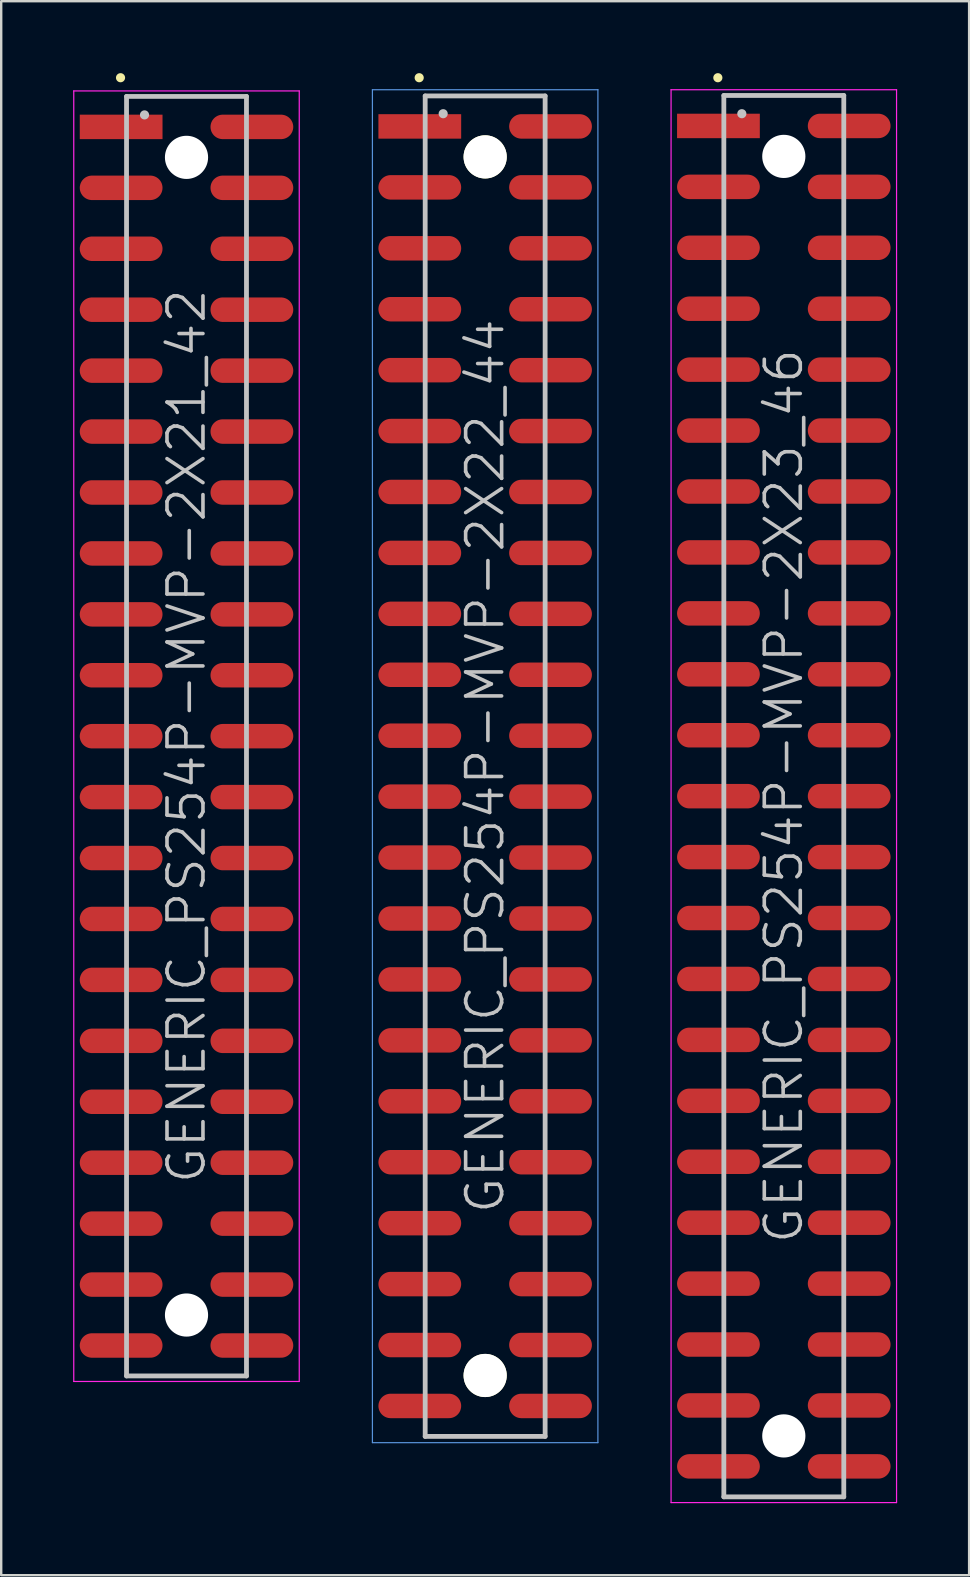
<source format=kicad_pcb>
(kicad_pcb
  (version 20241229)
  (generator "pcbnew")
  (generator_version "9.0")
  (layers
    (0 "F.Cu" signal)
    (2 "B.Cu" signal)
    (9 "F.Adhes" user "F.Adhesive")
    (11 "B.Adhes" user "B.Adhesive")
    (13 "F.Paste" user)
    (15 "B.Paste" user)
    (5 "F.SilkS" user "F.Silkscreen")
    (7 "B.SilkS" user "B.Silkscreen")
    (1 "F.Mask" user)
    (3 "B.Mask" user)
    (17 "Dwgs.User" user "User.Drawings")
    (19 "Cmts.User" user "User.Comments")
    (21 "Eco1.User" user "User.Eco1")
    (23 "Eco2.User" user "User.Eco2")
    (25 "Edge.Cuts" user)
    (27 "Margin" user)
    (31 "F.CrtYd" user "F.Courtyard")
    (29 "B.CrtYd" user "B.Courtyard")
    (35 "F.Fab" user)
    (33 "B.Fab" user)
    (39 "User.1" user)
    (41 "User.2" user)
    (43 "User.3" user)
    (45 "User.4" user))
  (footprint "GENERIC_PS254P-MVP-2X22_44"
    (layer "F.Cu")
    (at 17.175 28.89)
    (property "Reference" "GENERIC_PS254P-MVP-2X22_44" (at 0 0 90) (layer "Dwgs.User") (effects (font (size 1.5 1.5) (thickness 0.15))))
    (attr smd)
    (fp_line (start -2.75 -28.7) (end -2.75 -28.7) (stroke (width 0.381) (type solid)) (layer "F.SilkS"))
    (fp_line (start -2.5 -27.94) (end -2.5 27.94) (stroke (width 0.2) (type solid)) (layer "Dwgs.User"))
    (fp_line (start -2.5 -27.94) (end 2.5 -27.94) (stroke (width 0.2) (type solid)) (layer "Dwgs.User"))
    (fp_line (start -2.5 27.94) (end 2.5 27.94) (stroke (width 0.2) (type solid)) (layer "Dwgs.User"))
    (fp_line (start -1.75 -27.2) (end -1.75 -27.2) (stroke (width 0.381) (type solid)) (layer "Dwgs.User"))
    (fp_line (start 2.5 -27.94) (end 2.5 27.94) (stroke (width 0.2) (type solid)) (layer "Dwgs.User"))
    (fp_line (start -4.7 -28.2) (end -4.7 28.2) (stroke (width 0.05) (type solid)) (layer "Cmts.User"))
    (fp_line (start -4.7 -28.2) (end 4.7 -28.2) (stroke (width 0.05) (type solid)) (layer "Cmts.User"))
    (fp_line (start -4.7 28.2) (end 4.7 28.2) (stroke (width 0.05) (type solid)) (layer "Cmts.User"))
    (fp_line (start 4.7 -28.2) (end 4.7 28.2) (stroke (width 0.05) (type solid)) (layer "Cmts.User"))
    (pad "" np_thru_hole circle (at 0 -25.4 270) (size 1.8 1.8) (drill 1.8) (layers "*.Cu" "*.Mask" "F.SilkS"))
    (pad "" np_thru_hole circle (at 0 25.4 270) (size 1.8 1.8) (drill 1.8) (layers "*.Cu" "*.Mask" "F.SilkS"))
    (pad "1" smd rect (at -2.725 -26.67 270) (size 1.02 3.45) (layers "F.Cu" "F.Mask" "F.Paste"))
    (pad "2" smd oval (at 2.725 -26.67 270) (size 1.02 3.45) (layers "F.Cu" "F.Mask" "F.Paste"))
    (pad "3" smd oval (at -2.725 -24.13 270) (size 1.02 3.45) (layers "F.Cu" "F.Mask" "F.Paste"))
    (pad "4" smd oval (at 2.725 -24.13 270) (size 1.02 3.45) (layers "F.Cu" "F.Mask" "F.Paste"))
    (pad "5" smd oval (at -2.725 -21.59 270) (size 1.02 3.45) (layers "F.Cu" "F.Mask" "F.Paste"))
    (pad "6" smd oval (at 2.725 -21.59 270) (size 1.02 3.45) (layers "F.Cu" "F.Mask" "F.Paste"))
    (pad "7" smd oval (at -2.725 -19.05 270) (size 1.02 3.45) (layers "F.Cu" "F.Mask" "F.Paste"))
    (pad "8" smd oval (at 2.725 -19.05 270) (size 1.02 3.45) (layers "F.Cu" "F.Mask" "F.Paste"))
    (pad "9" smd oval (at -2.725 -16.51 270) (size 1.02 3.45) (layers "F.Cu" "F.Mask" "F.Paste"))
    (pad "10" smd oval (at 2.725 -16.51 270) (size 1.02 3.45) (layers "F.Cu" "F.Mask" "F.Paste"))
    (pad "11" smd oval (at -2.725 -13.97 270) (size 1.02 3.45) (layers "F.Cu" "F.Mask" "F.Paste"))
    (pad "12" smd oval (at 2.725 -13.97 270) (size 1.02 3.45) (layers "F.Cu" "F.Mask" "F.Paste"))
    (pad "13" smd oval (at -2.725 -11.43 270) (size 1.02 3.45) (layers "F.Cu" "F.Mask" "F.Paste"))
    (pad "14" smd oval (at 2.725 -11.43 270) (size 1.02 3.45) (layers "F.Cu" "F.Mask" "F.Paste"))
    (pad "15" smd oval (at -2.725 -8.89 270) (size 1.02 3.45) (layers "F.Cu" "F.Mask" "F.Paste"))
    (pad "16" smd oval (at 2.725 -8.89 270) (size 1.02 3.45) (layers "F.Cu" "F.Mask" "F.Paste"))
    (pad "17" smd oval (at -2.725 -6.35 270) (size 1.02 3.45) (layers "F.Cu" "F.Mask" "F.Paste"))
    (pad "18" smd oval (at 2.725 -6.35 270) (size 1.02 3.45) (layers "F.Cu" "F.Mask" "F.Paste"))
    (pad "19" smd oval (at -2.725 -3.81 270) (size 1.02 3.45) (layers "F.Cu" "F.Mask" "F.Paste"))
    (pad "20" smd oval (at 2.725 -3.81 270) (size 1.02 3.45) (layers "F.Cu" "F.Mask" "F.Paste"))
    (pad "21" smd oval (at -2.725 -1.27 270) (size 1.02 3.45) (layers "F.Cu" "F.Mask" "F.Paste"))
    (pad "22" smd oval (at 2.725 -1.27 270) (size 1.02 3.45) (layers "F.Cu" "F.Mask" "F.Paste"))
    (pad "23" smd oval (at -2.725 1.27 270) (size 1.02 3.45) (layers "F.Cu" "F.Mask" "F.Paste"))
    (pad "24" smd oval (at 2.725 1.27 270) (size 1.02 3.45) (layers "F.Cu" "F.Mask" "F.Paste"))
    (pad "25" smd oval (at -2.725 3.81 270) (size 1.02 3.45) (layers "F.Cu" "F.Mask" "F.Paste"))
    (pad "26" smd oval (at 2.725 3.81 270) (size 1.02 3.45) (layers "F.Cu" "F.Mask" "F.Paste"))
    (pad "27" smd oval (at -2.725 6.35 270) (size 1.02 3.45) (layers "F.Cu" "F.Mask" "F.Paste"))
    (pad "28" smd oval (at 2.725 6.35 270) (size 1.02 3.45) (layers "F.Cu" "F.Mask" "F.Paste"))
    (pad "29" smd oval (at -2.725 8.89 270) (size 1.02 3.45) (layers "F.Cu" "F.Mask" "F.Paste"))
    (pad "30" smd oval (at 2.725 8.89 270) (size 1.02 3.45) (layers "F.Cu" "F.Mask" "F.Paste"))
    (pad "31" smd oval (at -2.725 11.43 270) (size 1.02 3.45) (layers "F.Cu" "F.Mask" "F.Paste"))
    (pad "32" smd oval (at 2.725 11.43 270) (size 1.02 3.45) (layers "F.Cu" "F.Mask" "F.Paste"))
    (pad "33" smd oval (at -2.725 13.97 270) (size 1.02 3.45) (layers "F.Cu" "F.Mask" "F.Paste"))
    (pad "34" smd oval (at 2.725 13.97 270) (size 1.02 3.45) (layers "F.Cu" "F.Mask" "F.Paste"))
    (pad "35" smd oval (at -2.725 16.51 270) (size 1.02 3.45) (layers "F.Cu" "F.Mask" "F.Paste"))
    (pad "36" smd oval (at 2.725 16.51 270) (size 1.02 3.45) (layers "F.Cu" "F.Mask" "F.Paste"))
    (pad "37" smd oval (at -2.725 19.05 270) (size 1.02 3.45) (layers "F.Cu" "F.Mask" "F.Paste"))
    (pad "38" smd oval (at 2.725 19.05 270) (size 1.02 3.45) (layers "F.Cu" "F.Mask" "F.Paste"))
    (pad "39" smd oval (at -2.725 21.59 270) (size 1.02 3.45) (layers "F.Cu" "F.Mask" "F.Paste"))
    (pad "40" smd oval (at 2.725 21.59 270) (size 1.02 3.45) (layers "F.Cu" "F.Mask" "F.Paste"))
    (pad "41" smd oval (at -2.725 24.13 270) (size 1.02 3.45) (layers "F.Cu" "F.Mask" "F.Paste"))
    (pad "42" smd oval (at 2.725 24.13 270) (size 1.02 3.45) (layers "F.Cu" "F.Mask" "F.Paste"))
    (pad "43" smd oval (at -2.725 26.67 270) (size 1.02 3.45) (layers "F.Cu" "F.Mask" "F.Paste"))
    (pad "44" smd oval (at 2.725 26.67 270) (size 1.02 3.45) (layers "F.Cu" "F.Mask" "F.Paste")))
  (footprint "GENERIC_PS254P-MVP-2X21_42"
    (layer "F.Cu")
    (at 4.725 27.64)
    (property "Reference" "GENERIC_PS254P-MVP-2X21_42" (at 0 0 90) (layer "Dwgs.User") (effects (font (size 1.5 1.5) (thickness 0.15))))
    (attr smd)
    (fp_line (start -2.75 -27.45) (end -2.75 -27.45) (stroke (width 0.381) (type solid)) (layer "F.SilkS"))
    (fp_line (start -2.5 -26.67) (end -2.5 26.67) (stroke (width 0.2) (type solid)) (layer "Dwgs.User"))
    (fp_line (start -2.5 -26.67) (end 2.5 -26.67) (stroke (width 0.2) (type solid)) (layer "Dwgs.User"))
    (fp_line (start -2.5 26.67) (end 2.5 26.67) (stroke (width 0.2) (type solid)) (layer "Dwgs.User"))
    (fp_line (start -1.75 -25.9) (end -1.75 -25.9) (stroke (width 0.381) (type solid)) (layer "Dwgs.User"))
    (fp_line (start 2.5 -26.67) (end 2.5 26.67) (stroke (width 0.2) (type solid)) (layer "Dwgs.User"))
    (fp_line (start -4.7 -26.9) (end -4.7 26.9) (stroke (width 0.05) (type solid)) (layer "F.CrtYd"))
    (fp_line (start -4.7 -26.9) (end 4.7 -26.9) (stroke (width 0.05) (type solid)) (layer "F.CrtYd"))
    (fp_line (start -4.7 26.9) (end 4.7 26.9) (stroke (width 0.05) (type solid)) (layer "F.CrtYd"))
    (fp_line (start 4.7 -26.9) (end 4.7 26.9) (stroke (width 0.05) (type solid)) (layer "F.CrtYd"))
    (pad "" np_thru_hole circle (at 0 -24.13 270) (size 1.8 1.8) (drill 1.8) (layers "*.Cu" "*.Mask"))
    (pad "" np_thru_hole circle (at 0 24.13 270) (size 1.8 1.8) (drill 1.8) (layers "*.Cu" "*.Mask"))
    (pad "1" smd rect (at -2.725 -25.4 270) (size 1.02 3.45) (layers "F.Cu" "F.Mask" "F.Paste"))
    (pad "2" smd oval (at 2.725 -25.4 270) (size 1.02 3.45) (layers "F.Cu" "F.Mask" "F.Paste"))
    (pad "3" smd oval (at -2.725 -22.86 270) (size 1.02 3.45) (layers "F.Cu" "F.Mask" "F.Paste"))
    (pad "4" smd oval (at 2.725 -22.86 270) (size 1.02 3.45) (layers "F.Cu" "F.Mask" "F.Paste"))
    (pad "5" smd oval (at -2.725 -20.32 270) (size 1.02 3.45) (layers "F.Cu" "F.Mask" "F.Paste"))
    (pad "6" smd oval (at 2.725 -20.32 270) (size 1.02 3.45) (layers "F.Cu" "F.Mask" "F.Paste"))
    (pad "7" smd oval (at -2.725 -17.78 270) (size 1.02 3.45) (layers "F.Cu" "F.Mask" "F.Paste"))
    (pad "8" smd oval (at 2.725 -17.78 270) (size 1.02 3.45) (layers "F.Cu" "F.Mask" "F.Paste"))
    (pad "9" smd oval (at -2.725 -15.24 270) (size 1.02 3.45) (layers "F.Cu" "F.Mask" "F.Paste"))
    (pad "10" smd oval (at 2.725 -15.24 270) (size 1.02 3.45) (layers "F.Cu" "F.Mask" "F.Paste"))
    (pad "11" smd oval (at -2.725 -12.7 270) (size 1.02 3.45) (layers "F.Cu" "F.Mask" "F.Paste"))
    (pad "12" smd oval (at 2.725 -12.7 270) (size 1.02 3.45) (layers "F.Cu" "F.Mask" "F.Paste"))
    (pad "13" smd oval (at -2.725 -10.16 270) (size 1.02 3.45) (layers "F.Cu" "F.Mask" "F.Paste"))
    (pad "14" smd oval (at 2.725 -10.16 270) (size 1.02 3.45) (layers "F.Cu" "F.Mask" "F.Paste"))
    (pad "15" smd oval (at -2.725 -7.62 270) (size 1.02 3.45) (layers "F.Cu" "F.Mask" "F.Paste"))
    (pad "16" smd oval (at 2.725 -7.62 270) (size 1.02 3.45) (layers "F.Cu" "F.Mask" "F.Paste"))
    (pad "17" smd oval (at -2.725 -5.08 270) (size 1.02 3.45) (layers "F.Cu" "F.Mask" "F.Paste"))
    (pad "18" smd oval (at 2.725 -5.08 270) (size 1.02 3.45) (layers "F.Cu" "F.Mask" "F.Paste"))
    (pad "19" smd oval (at -2.725 -2.54 270) (size 1.02 3.45) (layers "F.Cu" "F.Mask" "F.Paste"))
    (pad "20" smd oval (at 2.725 -2.54 270) (size 1.02 3.45) (layers "F.Cu" "F.Mask" "F.Paste"))
    (pad "21" smd oval (at -2.725 0 270) (size 1.02 3.45) (layers "F.Cu" "F.Mask" "F.Paste"))
    (pad "22" smd oval (at 2.725 0 270) (size 1.02 3.45) (layers "F.Cu" "F.Mask" "F.Paste"))
    (pad "23" smd oval (at -2.725 2.54 270) (size 1.02 3.45) (layers "F.Cu" "F.Mask" "F.Paste"))
    (pad "24" smd oval (at 2.725 2.54 270) (size 1.02 3.45) (layers "F.Cu" "F.Mask" "F.Paste"))
    (pad "25" smd oval (at -2.725 5.08 270) (size 1.02 3.45) (layers "F.Cu" "F.Mask" "F.Paste"))
    (pad "26" smd oval (at 2.725 5.08 270) (size 1.02 3.45) (layers "F.Cu" "F.Mask" "F.Paste"))
    (pad "27" smd oval (at -2.725 7.62 270) (size 1.02 3.45) (layers "F.Cu" "F.Mask" "F.Paste"))
    (pad "28" smd oval (at 2.725 7.62 270) (size 1.02 3.45) (layers "F.Cu" "F.Mask" "F.Paste"))
    (pad "29" smd oval (at -2.725 10.16 270) (size 1.02 3.45) (layers "F.Cu" "F.Mask" "F.Paste"))
    (pad "30" smd oval (at 2.725 10.16 270) (size 1.02 3.45) (layers "F.Cu" "F.Mask" "F.Paste"))
    (pad "31" smd oval (at -2.725 12.7 270) (size 1.02 3.45) (layers "F.Cu" "F.Mask" "F.Paste"))
    (pad "32" smd oval (at 2.725 12.7 270) (size 1.02 3.45) (layers "F.Cu" "F.Mask" "F.Paste"))
    (pad "33" smd oval (at -2.725 15.24 270) (size 1.02 3.45) (layers "F.Cu" "F.Mask" "F.Paste"))
    (pad "34" smd oval (at 2.725 15.24 270) (size 1.02 3.45) (layers "F.Cu" "F.Mask" "F.Paste"))
    (pad "35" smd oval (at -2.725 17.78 270) (size 1.02 3.45) (layers "F.Cu" "F.Mask" "F.Paste"))
    (pad "36" smd oval (at 2.725 17.78 270) (size 1.02 3.45) (layers "F.Cu" "F.Mask" "F.Paste"))
    (pad "37" smd oval (at -2.725 20.32 270) (size 1.02 3.45) (layers "F.Cu" "F.Mask" "F.Paste"))
    (pad "38" smd oval (at 2.725 20.32 270) (size 1.02 3.45) (layers "F.Cu" "F.Mask" "F.Paste"))
    (pad "39" smd oval (at -2.725 22.86 270) (size 1.02 3.45) (layers "F.Cu" "F.Mask" "F.Paste"))
    (pad "40" smd oval (at 2.725 22.86 270) (size 1.02 3.45) (layers "F.Cu" "F.Mask" "F.Paste"))
    (pad "41" smd oval (at -2.725 25.4 270) (size 1.02 3.45) (layers "F.Cu" "F.Mask" "F.Paste"))
    (pad "42" smd oval (at 2.725 25.4 270) (size 1.02 3.45) (layers "F.Cu" "F.Mask" "F.Paste")))
  (footprint "GENERIC_PS254P-MVP-2X23_46"
    (layer "F.Cu")
    (at 29.625 30.14)
    (property "Reference" "GENERIC_PS254P-MVP-2X23_46" (at 0 0 90) (layer "Dwgs.User") (effects (font (size 1.5 1.5) (thickness 0.15))))
    (attr smd)
    (fp_line (start -2.75 -29.95) (end -2.75 -29.95) (stroke (width 0.381) (type solid)) (layer "F.SilkS"))
    (fp_line (start -2.5 -29.21) (end -2.5 29.21) (stroke (width 0.2) (type solid)) (layer "Dwgs.User"))
    (fp_line (start -2.5 -29.21) (end 2.5 -29.21) (stroke (width 0.2) (type solid)) (layer "Dwgs.User"))
    (fp_line (start -2.5 29.21) (end 2.5 29.21) (stroke (width 0.2) (type solid)) (layer "Dwgs.User"))
    (fp_line (start -1.75 -28.45) (end -1.75 -28.45) (stroke (width 0.381) (type solid)) (layer "Dwgs.User"))
    (fp_line (start 2.5 -29.21) (end 2.5 29.21) (stroke (width 0.2) (type solid)) (layer "Dwgs.User"))
    (fp_line (start -4.7 -29.45) (end -4.7 29.45) (stroke (width 0.05) (type solid)) (layer "F.CrtYd"))
    (fp_line (start -4.7 -29.45) (end 4.7 -29.45) (stroke (width 0.05) (type solid)) (layer "F.CrtYd"))
    (fp_line (start -4.7 29.45) (end 4.7 29.45) (stroke (width 0.05) (type solid)) (layer "F.CrtYd"))
    (fp_line (start 4.7 -29.45) (end 4.7 29.45) (stroke (width 0.05) (type solid)) (layer "F.CrtYd"))
    (pad "" np_thru_hole circle (at 0 -26.67 270) (size 1.8 1.8) (drill 1.8) (layers "*.Cu" "*.Mask"))
    (pad "" np_thru_hole circle (at 0 26.67 270) (size 1.8 1.8) (drill 1.8) (layers "*.Cu" "*.Mask"))
    (pad "1" smd rect (at -2.725 -27.94 270) (size 1.02 3.45) (layers "F.Cu" "F.Mask" "F.Paste"))
    (pad "2" smd oval (at 2.725 -27.94 270) (size 1.02 3.45) (layers "F.Cu" "F.Mask" "F.Paste"))
    (pad "3" smd oval (at -2.725 -25.4 270) (size 1.02 3.45) (layers "F.Cu" "F.Mask" "F.Paste"))
    (pad "4" smd oval (at 2.725 -25.4 270) (size 1.02 3.45) (layers "F.Cu" "F.Mask" "F.Paste"))
    (pad "5" smd oval (at -2.725 -22.86 270) (size 1.02 3.45) (layers "F.Cu" "F.Mask" "F.Paste"))
    (pad "6" smd oval (at 2.725 -22.86 270) (size 1.02 3.45) (layers "F.Cu" "F.Mask" "F.Paste"))
    (pad "7" smd oval (at -2.725 -20.32 270) (size 1.02 3.45) (layers "F.Cu" "F.Mask" "F.Paste"))
    (pad "8" smd oval (at 2.725 -20.32 270) (size 1.02 3.45) (layers "F.Cu" "F.Mask" "F.Paste"))
    (pad "9" smd oval (at -2.725 -17.78 270) (size 1.02 3.45) (layers "F.Cu" "F.Mask" "F.Paste"))
    (pad "10" smd oval (at 2.725 -17.78 270) (size 1.02 3.45) (layers "F.Cu" "F.Mask" "F.Paste"))
    (pad "11" smd oval (at -2.725 -15.24 270) (size 1.02 3.45) (layers "F.Cu" "F.Mask" "F.Paste"))
    (pad "12" smd oval (at 2.725 -15.24 270) (size 1.02 3.45) (layers "F.Cu" "F.Mask" "F.Paste"))
    (pad "13" smd oval (at -2.725 -12.7 270) (size 1.02 3.45) (layers "F.Cu" "F.Mask" "F.Paste"))
    (pad "14" smd oval (at 2.725 -12.7 270) (size 1.02 3.45) (layers "F.Cu" "F.Mask" "F.Paste"))
    (pad "15" smd oval (at -2.725 -10.16 270) (size 1.02 3.45) (layers "F.Cu" "F.Mask" "F.Paste"))
    (pad "16" smd oval (at 2.725 -10.16 270) (size 1.02 3.45) (layers "F.Cu" "F.Mask" "F.Paste"))
    (pad "17" smd oval (at -2.725 -7.62 270) (size 1.02 3.45) (layers "F.Cu" "F.Mask" "F.Paste"))
    (pad "18" smd oval (at 2.725 -7.62 270) (size 1.02 3.45) (layers "F.Cu" "F.Mask" "F.Paste"))
    (pad "19" smd oval (at -2.725 -5.08 270) (size 1.02 3.45) (layers "F.Cu" "F.Mask" "F.Paste"))
    (pad "20" smd oval (at 2.725 -5.08 270) (size 1.02 3.45) (layers "F.Cu" "F.Mask" "F.Paste"))
    (pad "21" smd oval (at -2.725 -2.54 270) (size 1.02 3.45) (layers "F.Cu" "F.Mask" "F.Paste"))
    (pad "22" smd oval (at 2.725 -2.54 270) (size 1.02 3.45) (layers "F.Cu" "F.Mask" "F.Paste"))
    (pad "23" smd oval (at -2.725 0 270) (size 1.02 3.45) (layers "F.Cu" "F.Mask" "F.Paste"))
    (pad "24" smd oval (at 2.725 0 270) (size 1.02 3.45) (layers "F.Cu" "F.Mask" "F.Paste"))
    (pad "25" smd oval (at -2.725 2.54 270) (size 1.02 3.45) (layers "F.Cu" "F.Mask" "F.Paste"))
    (pad "26" smd oval (at 2.725 2.54 270) (size 1.02 3.45) (layers "F.Cu" "F.Mask" "F.Paste"))
    (pad "27" smd oval (at -2.725 5.08 270) (size 1.02 3.45) (layers "F.Cu" "F.Mask" "F.Paste"))
    (pad "28" smd oval (at 2.725 5.08 270) (size 1.02 3.45) (layers "F.Cu" "F.Mask" "F.Paste"))
    (pad "29" smd oval (at -2.725 7.62 270) (size 1.02 3.45) (layers "F.Cu" "F.Mask" "F.Paste"))
    (pad "30" smd oval (at 2.725 7.62 270) (size 1.02 3.45) (layers "F.Cu" "F.Mask" "F.Paste"))
    (pad "31" smd oval (at -2.725 10.16 270) (size 1.02 3.45) (layers "F.Cu" "F.Mask" "F.Paste"))
    (pad "32" smd oval (at 2.725 10.16 270) (size 1.02 3.45) (layers "F.Cu" "F.Mask" "F.Paste"))
    (pad "33" smd oval (at -2.725 12.7 270) (size 1.02 3.45) (layers "F.Cu" "F.Mask" "F.Paste"))
    (pad "34" smd oval (at 2.725 12.7 270) (size 1.02 3.45) (layers "F.Cu" "F.Mask" "F.Paste"))
    (pad "35" smd oval (at -2.725 15.24 270) (size 1.02 3.45) (layers "F.Cu" "F.Mask" "F.Paste"))
    (pad "36" smd oval (at 2.725 15.24 270) (size 1.02 3.45) (layers "F.Cu" "F.Mask" "F.Paste"))
    (pad "37" smd oval (at -2.725 17.78 270) (size 1.02 3.45) (layers "F.Cu" "F.Mask" "F.Paste"))
    (pad "38" smd oval (at 2.725 17.78 270) (size 1.02 3.45) (layers "F.Cu" "F.Mask" "F.Paste"))
    (pad "39" smd oval (at -2.725 20.32 270) (size 1.02 3.45) (layers "F.Cu" "F.Mask" "F.Paste"))
    (pad "40" smd oval (at 2.725 20.32 270) (size 1.02 3.45) (layers "F.Cu" "F.Mask" "F.Paste"))
    (pad "41" smd oval (at -2.725 22.86 270) (size 1.02 3.45) (layers "F.Cu" "F.Mask" "F.Paste"))
    (pad "42" smd oval (at 2.725 22.86 270) (size 1.02 3.45) (layers "F.Cu" "F.Mask" "F.Paste"))
    (pad "43" smd oval (at -2.725 25.4 270) (size 1.02 3.45) (layers "F.Cu" "F.Mask" "F.Paste"))
    (pad "44" smd oval (at 2.725 25.4 270) (size 1.02 3.45) (layers "F.Cu" "F.Mask" "F.Paste"))
    (pad "45" smd oval (at -2.725 27.94 270) (size 1.02 3.45) (layers "F.Cu" "F.Mask" "F.Paste"))
    (pad "46" smd oval (at 2.725 27.94 270) (size 1.02 3.45) (layers "F.Cu" "F.Mask" "F.Paste")))
  (gr_rect
    (start -3 -3)
    (end 37.35 62.615)
    (stroke (width 0.1) (type default))
    (fill no)
    (layer "Edge.Cuts")))
</source>
